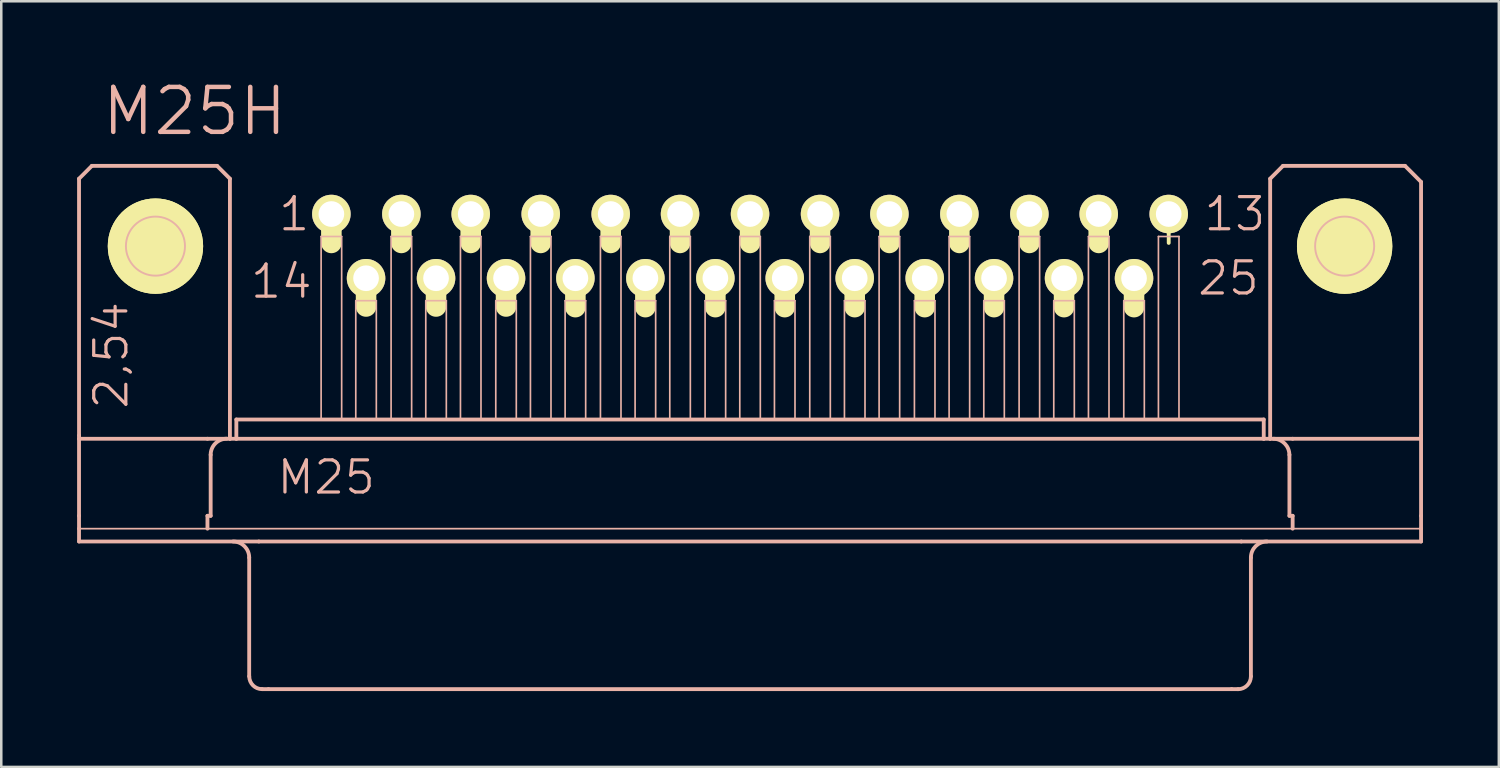
<source format=kicad_pcb>
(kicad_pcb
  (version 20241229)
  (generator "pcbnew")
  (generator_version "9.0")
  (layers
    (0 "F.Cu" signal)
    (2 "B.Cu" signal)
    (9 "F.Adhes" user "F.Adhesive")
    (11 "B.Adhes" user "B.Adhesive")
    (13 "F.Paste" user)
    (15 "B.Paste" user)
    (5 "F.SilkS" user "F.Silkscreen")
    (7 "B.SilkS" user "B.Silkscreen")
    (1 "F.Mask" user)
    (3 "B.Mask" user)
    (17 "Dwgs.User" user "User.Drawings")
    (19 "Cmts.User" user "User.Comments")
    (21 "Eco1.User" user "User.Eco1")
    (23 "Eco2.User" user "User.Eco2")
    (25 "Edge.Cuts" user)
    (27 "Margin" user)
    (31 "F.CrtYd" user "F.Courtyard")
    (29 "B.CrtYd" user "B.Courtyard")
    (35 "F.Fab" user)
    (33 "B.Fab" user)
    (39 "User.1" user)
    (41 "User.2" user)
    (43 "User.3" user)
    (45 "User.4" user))
  (footprint "M25H"
    (layer "F.Cu")
    (at 26.619 6.686)
    (property "Reference" "M25H" (at -21.971 -5.334 0) (layer "B.SilkS") (effects (font (size 1.778 1.778) (thickness 0.178))))
    (attr exclude_from_pos_files exclude_from_bom)
    (fp_line (start -25.171 0) (end -21.869 0) (stroke (width 0.127) (type solid)) (layer "F.SilkS"))
    (fp_line (start -23.52 1.651) (end -23.52 -1.651) (stroke (width 0.127) (type solid)) (layer "F.SilkS"))
    (fp_line (start -16.561 -1.143) (end -16.561 -0.127) (stroke (width 0.813) (type solid)) (layer "F.SilkS"))
    (fp_line (start -15.189 1.372) (end -15.189 2.388) (stroke (width 0.813) (type solid)) (layer "F.SilkS"))
    (fp_line (start -13.792 -1.143) (end -13.792 -0.127) (stroke (width 0.813) (type solid)) (layer "F.SilkS"))
    (fp_line (start -12.421 1.372) (end -12.421 2.388) (stroke (width 0.813) (type solid)) (layer "F.SilkS"))
    (fp_line (start -11.049 -1.143) (end -11.049 -0.127) (stroke (width 0.813) (type solid)) (layer "F.SilkS"))
    (fp_line (start -9.652 1.372) (end -9.652 2.388) (stroke (width 0.813) (type solid)) (layer "F.SilkS"))
    (fp_line (start -8.28 -1.143) (end -8.28 -0.127) (stroke (width 0.813) (type solid)) (layer "F.SilkS"))
    (fp_line (start -6.909 1.397) (end -6.909 2.413) (stroke (width 0.813) (type solid)) (layer "F.SilkS"))
    (fp_line (start -5.512 -1.143) (end -5.512 -0.127) (stroke (width 0.813) (type solid)) (layer "F.SilkS"))
    (fp_line (start -4.14 1.397) (end -4.14 2.413) (stroke (width 0.813) (type solid)) (layer "F.SilkS"))
    (fp_line (start -2.769 -1.143) (end -2.769 -0.127) (stroke (width 0.813) (type solid)) (layer "F.SilkS"))
    (fp_line (start -1.372 1.397) (end -1.372 2.413) (stroke (width 0.813) (type solid)) (layer "F.SilkS"))
    (fp_line (start 0 -1.143) (end 0 -0.127) (stroke (width 0.813) (type solid)) (layer "F.SilkS"))
    (fp_line (start 1.372 1.397) (end 1.372 2.413) (stroke (width 0.813) (type solid)) (layer "F.SilkS"))
    (fp_line (start 2.769 -1.143) (end 2.769 -0.127) (stroke (width 0.813) (type solid)) (layer "F.SilkS"))
    (fp_line (start 4.14 1.397) (end 4.14 2.413) (stroke (width 0.813) (type solid)) (layer "F.SilkS"))
    (fp_line (start 5.512 -1.143) (end 5.512 -0.127) (stroke (width 0.813) (type solid)) (layer "F.SilkS"))
    (fp_line (start 6.909 1.397) (end 6.909 2.413) (stroke (width 0.813) (type solid)) (layer "F.SilkS"))
    (fp_line (start 8.28 -1.143) (end 8.28 -0.127) (stroke (width 0.813) (type solid)) (layer "F.SilkS"))
    (fp_line (start 9.652 1.397) (end 9.652 2.413) (stroke (width 0.813) (type solid)) (layer "F.SilkS"))
    (fp_line (start 11.049 -1.143) (end 11.049 -0.127) (stroke (width 0.813) (type solid)) (layer "F.SilkS"))
    (fp_line (start 12.421 1.397) (end 12.421 2.413) (stroke (width 0.813) (type solid)) (layer "F.SilkS"))
    (fp_line (start 13.792 -1.143) (end 13.792 -0.127) (stroke (width 0.813) (type solid)) (layer "F.SilkS"))
    (fp_line (start 15.189 1.397) (end 15.189 2.413) (stroke (width 0.813) (type solid)) (layer "F.SilkS"))
    (fp_line (start 16.561 -1.143) (end 16.561 -0.127) (stroke (width 0.152) (type solid)) (layer "F.SilkS"))
    (fp_line (start 21.869 0) (end 25.171 0) (stroke (width 0.127) (type solid)) (layer "F.SilkS"))
    (fp_line (start 23.52 1.651) (end 23.52 -1.651) (stroke (width 0.127) (type solid)) (layer "F.SilkS"))
    (fp_circle (center -23.52 0) (end -24.854 1.333) (stroke (width 0) (type solid)) (fill yes) (layer "F.SilkS"))
    (fp_circle (center -23.52 0) (end -24.854 1.333) (stroke (width 0) (type solid)) (fill yes) (layer "F.SilkS"))
    (fp_circle (center -23.52 0) (end -24.346 0.826) (stroke (width 0.127) (type solid)) (fill no) (layer "F.SilkS"))
    (fp_circle (center 23.52 0) (end 24.346 0.826) (stroke (width 0.127) (type solid)) (fill no) (layer "F.SilkS"))
    (fp_circle (center 23.52 0) (end 24.854 1.333) (stroke (width 0) (type solid)) (fill yes) (layer "F.SilkS"))
    (fp_circle (center 23.52 0) (end 24.854 1.333) (stroke (width 0) (type solid)) (fill yes) (layer "F.SilkS"))
    (fp_line (start -26.543 -2.667) (end -26.543 7.493) (stroke (width 0.152) (type solid)) (layer "B.SilkS"))
    (fp_line (start -26.543 7.62) (end -26.543 7.493) (stroke (width 0.152) (type solid)) (layer "B.SilkS"))
    (fp_line (start -26.543 10.668) (end -26.543 7.62) (stroke (width 0.152) (type solid)) (layer "B.SilkS"))
    (fp_line (start -26.543 11.176) (end -26.543 10.668) (stroke (width 0.152) (type solid)) (layer "B.SilkS"))
    (fp_line (start -26.543 11.176) (end 26.543 11.176) (stroke (width 0.066) (type solid)) (layer "B.SilkS"))
    (fp_line (start -26.543 11.684) (end -26.543 11.176) (stroke (width 0.066) (type solid)) (layer "B.SilkS"))
    (fp_line (start -26.543 11.684) (end -26.543 11.176) (stroke (width 0.152) (type solid)) (layer "B.SilkS"))
    (fp_line (start -26.543 11.684) (end 26.543 11.684) (stroke (width 0.066) (type solid)) (layer "B.SilkS"))
    (fp_line (start -26.035 -3.175) (end -26.543 -2.667) (stroke (width 0.152) (type solid)) (layer "B.SilkS"))
    (fp_line (start -21.463 7.62) (end -26.543 7.62) (stroke (width 0.152) (type solid)) (layer "B.SilkS"))
    (fp_line (start -21.463 10.668) (end -21.463 11.176) (stroke (width 0.152) (type solid)) (layer "B.SilkS"))
    (fp_line (start -21.336 8.255) (end -21.336 10.668) (stroke (width 0.152) (type solid)) (layer "B.SilkS"))
    (fp_line (start -21.336 10.668) (end -21.463 10.668) (stroke (width 0.152) (type solid)) (layer "B.SilkS"))
    (fp_line (start -21.082 -3.175) (end -26.035 -3.175) (stroke (width 0.152) (type solid)) (layer "B.SilkS"))
    (fp_line (start -20.574 -2.667) (end -21.082 -3.175) (stroke (width 0.152) (type solid)) (layer "B.SilkS"))
    (fp_line (start -20.574 -2.667) (end -20.574 7.62) (stroke (width 0.152) (type solid)) (layer "B.SilkS"))
    (fp_line (start -20.574 7.62) (end -21.463 7.62) (stroke (width 0.152) (type solid)) (layer "B.SilkS"))
    (fp_line (start -20.32 6.858) (end 20.32 6.858) (stroke (width 0.066) (type solid)) (layer "B.SilkS"))
    (fp_line (start -20.32 7.62) (end -20.574 7.62) (stroke (width 0.152) (type solid)) (layer "B.SilkS"))
    (fp_line (start -20.32 7.62) (end -20.32 6.858) (stroke (width 0.066) (type solid)) (layer "B.SilkS"))
    (fp_line (start -20.32 7.62) (end -20.32 6.858) (stroke (width 0.152) (type solid)) (layer "B.SilkS"))
    (fp_line (start -20.32 7.62) (end 20.32 7.62) (stroke (width 0.066) (type solid)) (layer "B.SilkS"))
    (fp_line (start -19.812 12.319) (end -19.812 17.018) (stroke (width 0.152) (type solid)) (layer "B.SilkS"))
    (fp_line (start -19.431 11.684) (end -26.543 11.684) (stroke (width 0.152) (type solid)) (layer "B.SilkS"))
    (fp_line (start -19.05 17.523) (end -19.304 17.523) (stroke (width 0.152) (type solid)) (layer "B.SilkS"))
    (fp_line (start -16.967 -0.381) (end -16.154 -0.381) (stroke (width 0.066) (type solid)) (layer "B.SilkS"))
    (fp_line (start -16.967 6.858) (end -16.967 -0.381) (stroke (width 0.066) (type solid)) (layer "B.SilkS"))
    (fp_line (start -16.967 6.858) (end -16.154 6.858) (stroke (width 0.066) (type solid)) (layer "B.SilkS"))
    (fp_line (start -16.154 6.858) (end -16.154 -0.381) (stroke (width 0.066) (type solid)) (layer "B.SilkS"))
    (fp_line (start -15.596 2.159) (end -14.783 2.159) (stroke (width 0.066) (type solid)) (layer "B.SilkS"))
    (fp_line (start -15.596 6.858) (end -15.596 2.159) (stroke (width 0.066) (type solid)) (layer "B.SilkS"))
    (fp_line (start -15.596 6.858) (end -14.783 6.858) (stroke (width 0.066) (type solid)) (layer "B.SilkS"))
    (fp_line (start -14.783 6.858) (end -14.783 2.159) (stroke (width 0.066) (type solid)) (layer "B.SilkS"))
    (fp_line (start -14.199 -0.381) (end -13.386 -0.381) (stroke (width 0.066) (type solid)) (layer "B.SilkS"))
    (fp_line (start -14.199 6.858) (end -14.199 -0.381) (stroke (width 0.066) (type solid)) (layer "B.SilkS"))
    (fp_line (start -14.199 6.858) (end -13.386 6.858) (stroke (width 0.066) (type solid)) (layer "B.SilkS"))
    (fp_line (start -13.386 6.858) (end -13.386 -0.381) (stroke (width 0.066) (type solid)) (layer "B.SilkS"))
    (fp_line (start -12.827 2.159) (end -12.014 2.159) (stroke (width 0.066) (type solid)) (layer "B.SilkS"))
    (fp_line (start -12.827 6.858) (end -12.827 2.159) (stroke (width 0.066) (type solid)) (layer "B.SilkS"))
    (fp_line (start -12.827 6.858) (end -12.014 6.858) (stroke (width 0.066) (type solid)) (layer "B.SilkS"))
    (fp_line (start -12.014 6.858) (end -12.014 2.159) (stroke (width 0.066) (type solid)) (layer "B.SilkS"))
    (fp_line (start -11.455 -0.381) (end -10.643 -0.381) (stroke (width 0.066) (type solid)) (layer "B.SilkS"))
    (fp_line (start -11.455 6.858) (end -11.455 -0.381) (stroke (width 0.066) (type solid)) (layer "B.SilkS"))
    (fp_line (start -11.455 6.858) (end -10.643 6.858) (stroke (width 0.066) (type solid)) (layer "B.SilkS"))
    (fp_line (start -10.643 6.858) (end -10.643 -0.381) (stroke (width 0.066) (type solid)) (layer "B.SilkS"))
    (fp_line (start -10.058 2.159) (end -9.246 2.159) (stroke (width 0.066) (type solid)) (layer "B.SilkS"))
    (fp_line (start -10.058 6.858) (end -10.058 2.159) (stroke (width 0.066) (type solid)) (layer "B.SilkS"))
    (fp_line (start -10.058 6.858) (end -9.246 6.858) (stroke (width 0.066) (type solid)) (layer "B.SilkS"))
    (fp_line (start -9.246 6.858) (end -9.246 2.159) (stroke (width 0.066) (type solid)) (layer "B.SilkS"))
    (fp_line (start -8.687 -0.381) (end -7.874 -0.381) (stroke (width 0.066) (type solid)) (layer "B.SilkS"))
    (fp_line (start -8.687 6.858) (end -8.687 -0.381) (stroke (width 0.066) (type solid)) (layer "B.SilkS"))
    (fp_line (start -8.687 6.858) (end -7.874 6.858) (stroke (width 0.066) (type solid)) (layer "B.SilkS"))
    (fp_line (start -7.874 6.858) (end -7.874 -0.381) (stroke (width 0.066) (type solid)) (layer "B.SilkS"))
    (fp_line (start -7.315 2.159) (end -6.502 2.159) (stroke (width 0.066) (type solid)) (layer "B.SilkS"))
    (fp_line (start -7.315 6.858) (end -7.315 2.159) (stroke (width 0.066) (type solid)) (layer "B.SilkS"))
    (fp_line (start -7.315 6.858) (end -6.502 6.858) (stroke (width 0.066) (type solid)) (layer "B.SilkS"))
    (fp_line (start -6.502 6.858) (end -6.502 2.159) (stroke (width 0.066) (type solid)) (layer "B.SilkS"))
    (fp_line (start -5.918 -0.381) (end -5.105 -0.381) (stroke (width 0.066) (type solid)) (layer "B.SilkS"))
    (fp_line (start -5.918 6.858) (end -5.918 -0.381) (stroke (width 0.066) (type solid)) (layer "B.SilkS"))
    (fp_line (start -5.918 6.858) (end -5.105 6.858) (stroke (width 0.066) (type solid)) (layer "B.SilkS"))
    (fp_line (start -5.105 6.858) (end -5.105 -0.381) (stroke (width 0.066) (type solid)) (layer "B.SilkS"))
    (fp_line (start -4.547 2.159) (end -3.734 2.159) (stroke (width 0.066) (type solid)) (layer "B.SilkS"))
    (fp_line (start -4.547 6.858) (end -4.547 2.159) (stroke (width 0.066) (type solid)) (layer "B.SilkS"))
    (fp_line (start -4.547 6.858) (end -3.734 6.858) (stroke (width 0.066) (type solid)) (layer "B.SilkS"))
    (fp_line (start -3.734 6.858) (end -3.734 2.159) (stroke (width 0.066) (type solid)) (layer "B.SilkS"))
    (fp_line (start -3.175 -0.381) (end -2.362 -0.381) (stroke (width 0.066) (type solid)) (layer "B.SilkS"))
    (fp_line (start -3.175 6.858) (end -3.175 -0.381) (stroke (width 0.066) (type solid)) (layer "B.SilkS"))
    (fp_line (start -3.175 6.858) (end -2.362 6.858) (stroke (width 0.066) (type solid)) (layer "B.SilkS"))
    (fp_line (start -2.362 6.858) (end -2.362 -0.381) (stroke (width 0.066) (type solid)) (layer "B.SilkS"))
    (fp_line (start -1.778 2.159) (end -0.965 2.159) (stroke (width 0.066) (type solid)) (layer "B.SilkS"))
    (fp_line (start -1.778 6.858) (end -1.778 2.159) (stroke (width 0.066) (type solid)) (layer "B.SilkS"))
    (fp_line (start -1.778 6.858) (end -0.965 6.858) (stroke (width 0.066) (type solid)) (layer "B.SilkS"))
    (fp_line (start -0.965 6.858) (end -0.965 2.159) (stroke (width 0.066) (type solid)) (layer "B.SilkS"))
    (fp_line (start -0.406 -0.381) (end 0.406 -0.381) (stroke (width 0.066) (type solid)) (layer "B.SilkS"))
    (fp_line (start -0.406 6.858) (end -0.406 -0.381) (stroke (width 0.066) (type solid)) (layer "B.SilkS"))
    (fp_line (start -0.406 6.858) (end 0.406 6.858) (stroke (width 0.066) (type solid)) (layer "B.SilkS"))
    (fp_line (start 0.406 6.858) (end 0.406 -0.381) (stroke (width 0.066) (type solid)) (layer "B.SilkS"))
    (fp_line (start 0.965 2.159) (end 1.778 2.159) (stroke (width 0.066) (type solid)) (layer "B.SilkS"))
    (fp_line (start 0.965 6.858) (end 0.965 2.159) (stroke (width 0.066) (type solid)) (layer "B.SilkS"))
    (fp_line (start 0.965 6.858) (end 1.778 6.858) (stroke (width 0.066) (type solid)) (layer "B.SilkS"))
    (fp_line (start 1.778 6.858) (end 1.778 2.159) (stroke (width 0.066) (type solid)) (layer "B.SilkS"))
    (fp_line (start 2.362 -0.381) (end 3.175 -0.381) (stroke (width 0.066) (type solid)) (layer "B.SilkS"))
    (fp_line (start 2.362 6.858) (end 2.362 -0.381) (stroke (width 0.066) (type solid)) (layer "B.SilkS"))
    (fp_line (start 2.362 6.858) (end 3.175 6.858) (stroke (width 0.066) (type solid)) (layer "B.SilkS"))
    (fp_line (start 3.175 6.858) (end 3.175 -0.381) (stroke (width 0.066) (type solid)) (layer "B.SilkS"))
    (fp_line (start 3.734 2.159) (end 4.547 2.159) (stroke (width 0.066) (type solid)) (layer "B.SilkS"))
    (fp_line (start 3.734 6.858) (end 3.734 2.159) (stroke (width 0.066) (type solid)) (layer "B.SilkS"))
    (fp_line (start 3.734 6.858) (end 4.547 6.858) (stroke (width 0.066) (type solid)) (layer "B.SilkS"))
    (fp_line (start 4.547 6.858) (end 4.547 2.159) (stroke (width 0.066) (type solid)) (layer "B.SilkS"))
    (fp_line (start 5.105 -0.381) (end 5.918 -0.381) (stroke (width 0.066) (type solid)) (layer "B.SilkS"))
    (fp_line (start 5.105 6.858) (end 5.105 -0.381) (stroke (width 0.066) (type solid)) (layer "B.SilkS"))
    (fp_line (start 5.105 6.858) (end 5.918 6.858) (stroke (width 0.066) (type solid)) (layer "B.SilkS"))
    (fp_line (start 5.918 6.858) (end 5.918 -0.381) (stroke (width 0.066) (type solid)) (layer "B.SilkS"))
    (fp_line (start 6.502 2.159) (end 7.315 2.159) (stroke (width 0.066) (type solid)) (layer "B.SilkS"))
    (fp_line (start 6.502 6.858) (end 6.502 2.159) (stroke (width 0.066) (type solid)) (layer "B.SilkS"))
    (fp_line (start 6.502 6.858) (end 7.315 6.858) (stroke (width 0.066) (type solid)) (layer "B.SilkS"))
    (fp_line (start 7.315 6.858) (end 7.315 2.159) (stroke (width 0.066) (type solid)) (layer "B.SilkS"))
    (fp_line (start 7.874 -0.381) (end 8.687 -0.381) (stroke (width 0.066) (type solid)) (layer "B.SilkS"))
    (fp_line (start 7.874 6.858) (end 7.874 -0.381) (stroke (width 0.066) (type solid)) (layer "B.SilkS"))
    (fp_line (start 7.874 6.858) (end 8.687 6.858) (stroke (width 0.066) (type solid)) (layer "B.SilkS"))
    (fp_line (start 8.687 6.858) (end 8.687 -0.381) (stroke (width 0.066) (type solid)) (layer "B.SilkS"))
    (fp_line (start 9.246 2.159) (end 10.058 2.159) (stroke (width 0.066) (type solid)) (layer "B.SilkS"))
    (fp_line (start 9.246 6.858) (end 9.246 2.159) (stroke (width 0.066) (type solid)) (layer "B.SilkS"))
    (fp_line (start 9.246 6.858) (end 10.058 6.858) (stroke (width 0.066) (type solid)) (layer "B.SilkS"))
    (fp_line (start 10.058 6.858) (end 10.058 2.159) (stroke (width 0.066) (type solid)) (layer "B.SilkS"))
    (fp_line (start 10.643 -0.381) (end 11.455 -0.381) (stroke (width 0.066) (type solid)) (layer "B.SilkS"))
    (fp_line (start 10.643 6.858) (end 10.643 -0.381) (stroke (width 0.066) (type solid)) (layer "B.SilkS"))
    (fp_line (start 10.643 6.858) (end 11.455 6.858) (stroke (width 0.066) (type solid)) (layer "B.SilkS"))
    (fp_line (start 11.455 6.858) (end 11.455 -0.381) (stroke (width 0.066) (type solid)) (layer "B.SilkS"))
    (fp_line (start 12.014 2.159) (end 12.827 2.159) (stroke (width 0.066) (type solid)) (layer "B.SilkS"))
    (fp_line (start 12.014 6.858) (end 12.014 2.159) (stroke (width 0.066) (type solid)) (layer "B.SilkS"))
    (fp_line (start 12.014 6.858) (end 12.827 6.858) (stroke (width 0.066) (type solid)) (layer "B.SilkS"))
    (fp_line (start 12.827 6.858) (end 12.827 2.159) (stroke (width 0.066) (type solid)) (layer "B.SilkS"))
    (fp_line (start 13.386 -0.381) (end 14.199 -0.381) (stroke (width 0.066) (type solid)) (layer "B.SilkS"))
    (fp_line (start 13.386 6.858) (end 13.386 -0.381) (stroke (width 0.066) (type solid)) (layer "B.SilkS"))
    (fp_line (start 13.386 6.858) (end 14.199 6.858) (stroke (width 0.066) (type solid)) (layer "B.SilkS"))
    (fp_line (start 14.199 6.858) (end 14.199 -0.381) (stroke (width 0.066) (type solid)) (layer "B.SilkS"))
    (fp_line (start 14.783 2.159) (end 15.596 2.159) (stroke (width 0.066) (type solid)) (layer "B.SilkS"))
    (fp_line (start 14.783 6.858) (end 14.783 2.159) (stroke (width 0.066) (type solid)) (layer "B.SilkS"))
    (fp_line (start 14.783 6.858) (end 15.596 6.858) (stroke (width 0.066) (type solid)) (layer "B.SilkS"))
    (fp_line (start 15.596 6.858) (end 15.596 2.159) (stroke (width 0.066) (type solid)) (layer "B.SilkS"))
    (fp_line (start 16.154 -0.381) (end 16.967 -0.381) (stroke (width 0.066) (type solid)) (layer "B.SilkS"))
    (fp_line (start 16.154 6.858) (end 16.154 -0.381) (stroke (width 0.066) (type solid)) (layer "B.SilkS"))
    (fp_line (start 16.154 6.858) (end 16.967 6.858) (stroke (width 0.066) (type solid)) (layer "B.SilkS"))
    (fp_line (start 16.967 6.858) (end 16.967 -0.381) (stroke (width 0.066) (type solid)) (layer "B.SilkS"))
    (fp_line (start 19.05 17.523) (end -19.05 17.523) (stroke (width 0.152) (type solid)) (layer "B.SilkS"))
    (fp_line (start 19.304 17.523) (end 19.05 17.523) (stroke (width 0.152) (type solid)) (layer "B.SilkS"))
    (fp_line (start 19.431 11.684) (end -19.431 11.684) (stroke (width 0.152) (type solid)) (layer "B.SilkS"))
    (fp_line (start 19.812 12.319) (end 19.812 17.018) (stroke (width 0.152) (type solid)) (layer "B.SilkS"))
    (fp_line (start 20.32 6.858) (end -20.32 6.858) (stroke (width 0.152) (type solid)) (layer "B.SilkS"))
    (fp_line (start 20.32 7.62) (end -20.32 7.62) (stroke (width 0.152) (type solid)) (layer "B.SilkS"))
    (fp_line (start 20.32 7.62) (end 20.32 6.858) (stroke (width 0.066) (type solid)) (layer "B.SilkS"))
    (fp_line (start 20.32 7.62) (end 20.32 6.858) (stroke (width 0.152) (type solid)) (layer "B.SilkS"))
    (fp_line (start 20.574 -2.667) (end 20.574 7.62) (stroke (width 0.152) (type solid)) (layer "B.SilkS"))
    (fp_line (start 20.574 7.62) (end 20.32 7.62) (stroke (width 0.152) (type solid)) (layer "B.SilkS"))
    (fp_line (start 21.082 -3.175) (end 20.574 -2.667) (stroke (width 0.152) (type solid)) (layer "B.SilkS"))
    (fp_line (start 21.082 -3.175) (end 25.908 -3.175) (stroke (width 0.152) (type solid)) (layer "B.SilkS"))
    (fp_line (start 21.336 8.255) (end 21.336 10.668) (stroke (width 0.152) (type solid)) (layer "B.SilkS"))
    (fp_line (start 21.463 7.62) (end 20.574 7.62) (stroke (width 0.152) (type solid)) (layer "B.SilkS"))
    (fp_line (start 21.463 10.668) (end 21.336 10.668) (stroke (width 0.152) (type solid)) (layer "B.SilkS"))
    (fp_line (start 21.463 10.668) (end 21.463 11.176) (stroke (width 0.152) (type solid)) (layer "B.SilkS"))
    (fp_line (start 25.908 -3.175) (end 26.543 -2.54) (stroke (width 0.152) (type solid)) (layer "B.SilkS"))
    (fp_line (start 26.543 -2.54) (end 26.543 7.493) (stroke (width 0.152) (type solid)) (layer "B.SilkS"))
    (fp_line (start 26.543 7.62) (end 21.463 7.62) (stroke (width 0.152) (type solid)) (layer "B.SilkS"))
    (fp_line (start 26.543 7.62) (end 26.543 7.493) (stroke (width 0.152) (type solid)) (layer "B.SilkS"))
    (fp_line (start 26.543 7.62) (end 26.543 10.668) (stroke (width 0.152) (type solid)) (layer "B.SilkS"))
    (fp_line (start 26.543 10.668) (end 26.543 11.176) (stroke (width 0.152) (type solid)) (layer "B.SilkS"))
    (fp_line (start 26.543 11.176) (end 26.543 11.684) (stroke (width 0.152) (type solid)) (layer "B.SilkS"))
    (fp_line (start 26.543 11.684) (end 19.431 11.684) (stroke (width 0.152) (type solid)) (layer "B.SilkS"))
    (fp_line (start 26.543 11.684) (end 26.543 11.176) (stroke (width 0.066) (type solid)) (layer "B.SilkS"))
    (fp_arc (start -21.336 8.255) (mid -21.149269 7.804191) (end -20.69846 7.61746) (stroke (width 0.1524) (type solid)) (layer "B.SilkS"))
    (fp_arc (start -20.447 11.684) (mid -19.997987 11.869987) (end -19.812 12.319) (stroke (width 0.1524) (type solid)) (layer "B.SilkS"))
    (fp_arc (start -19.304 17.52346) (mid -19.661414 17.375414) (end -19.80946 17.018) (stroke (width 0.1524) (type solid)) (layer "B.SilkS"))
    (fp_arc (start 19.812 12.319) (mid 19.997987 11.869987) (end 20.447 11.684) (stroke (width 0.1524) (type solid)) (layer "B.SilkS"))
    (fp_arc (start 19.812 17.018) (mid 19.66321 17.37721) (end 19.304 17.526) (stroke (width 0.1524) (type solid)) (layer "B.SilkS"))
    (fp_arc (start 20.69846 7.62) (mid 21.147473 7.805987) (end 21.33346 8.255) (stroke (width 0.1524) (type solid)) (layer "B.SilkS"))
    (fp_circle (center -23.52 0) (end -24.346 0.826) (stroke (width 0.076) (type solid)) (fill no) (layer "B.SilkS"))
    (fp_circle (center 23.52 0) (end 24.346 0.826) (stroke (width 0.076) (type solid)) (fill no) (layer "B.SilkS"))
    (fp_text user "1" (at -18.034 -1.27 0) (layer "B.SilkS") (effects (font (size 1.27 1.27) (thickness 0.127))))
    (fp_text user "13" (at 19.177 -1.27 0) (layer "B.SilkS") (effects (font (size 1.27 1.27) (thickness 0.127))))
    (fp_text user "2,54" (at -25.273 4.318 90) (layer "B.SilkS") (effects (font (size 1.27 1.27) (thickness 0.127))))
    (fp_text user "M25" (at -16.764 9.144 0) (layer "B.SilkS") (effects (font (size 1.27 1.27) (thickness 0.127))))
    (fp_text user "25" (at 18.923 1.27 0) (layer "B.SilkS") (effects (font (size 1.27 1.27) (thickness 0.127))))
    (fp_text user "14" (at -18.542 1.397 0) (layer "B.SilkS") (effects (font (size 1.27 1.27) (thickness 0.127))))
    (pad "1" thru_hole circle (at -16.561 -1.27) (size 1.524 1.524) (drill 1.016) (layers "*.Cu" "F.Mask" "F.SilkS" "F.Paste"))
    (pad "2" thru_hole circle (at -13.792 -1.27) (size 1.524 1.524) (drill 1.016) (layers "*.Cu" "F.Mask" "F.SilkS" "F.Paste"))
    (pad "3" thru_hole circle (at -11.049 -1.27) (size 1.524 1.524) (drill 1.016) (layers "*.Cu" "F.Mask" "F.SilkS" "F.Paste"))
    (pad "4" thru_hole circle (at -8.28 -1.27) (size 1.524 1.524) (drill 1.016) (layers "*.Cu" "F.Mask" "F.SilkS" "F.Paste"))
    (pad "5" thru_hole circle (at -5.512 -1.27) (size 1.524 1.524) (drill 1.016) (layers "*.Cu" "F.Mask" "F.SilkS" "F.Paste"))
    (pad "6" thru_hole circle (at -2.769 -1.27) (size 1.524 1.524) (drill 1.016) (layers "*.Cu" "F.Mask" "F.SilkS" "F.Paste"))
    (pad "7" thru_hole circle (at 0 -1.27) (size 1.524 1.524) (drill 1.016) (layers "*.Cu" "F.Mask" "F.SilkS" "F.Paste"))
    (pad "8" thru_hole circle (at 2.769 -1.27) (size 1.524 1.524) (drill 1.016) (layers "*.Cu" "F.Mask" "F.SilkS" "F.Paste"))
    (pad "9" thru_hole circle (at 5.512 -1.27) (size 1.524 1.524) (drill 1.016) (layers "*.Cu" "F.Mask" "F.SilkS" "F.Paste"))
    (pad "10" thru_hole circle (at 8.28 -1.27) (size 1.524 1.524) (drill 1.016) (layers "*.Cu" "F.Mask" "F.SilkS" "F.Paste"))
    (pad "11" thru_hole circle (at 11.049 -1.27) (size 1.524 1.524) (drill 1.016) (layers "*.Cu" "F.Mask" "F.SilkS" "F.Paste"))
    (pad "12" thru_hole circle (at 13.792 -1.27) (size 1.524 1.524) (drill 1.016) (layers "*.Cu" "F.Mask" "F.SilkS" "F.Paste"))
    (pad "13" thru_hole circle (at 16.561 -1.27) (size 1.524 1.524) (drill 1.016) (layers "*.Cu" "F.Mask" "F.SilkS" "F.Paste"))
    (pad "14" thru_hole circle (at -15.189 1.27) (size 1.524 1.524) (drill 1.016) (layers "*.Cu" "F.Mask" "F.SilkS" "F.Paste"))
    (pad "15" thru_hole circle (at -12.421 1.27) (size 1.524 1.524) (drill 1.016) (layers "*.Cu" "F.Mask" "F.SilkS" "F.Paste"))
    (pad "16" thru_hole circle (at -9.652 1.27) (size 1.524 1.524) (drill 1.016) (layers "*.Cu" "F.Mask" "F.SilkS" "F.Paste"))
    (pad "17" thru_hole circle (at -6.909 1.27) (size 1.524 1.524) (drill 1.016) (layers "*.Cu" "F.Mask" "F.SilkS" "F.Paste"))
    (pad "18" thru_hole circle (at -4.14 1.27) (size 1.524 1.524) (drill 1.016) (layers "*.Cu" "F.Mask" "F.SilkS" "F.Paste"))
    (pad "19" thru_hole circle (at -1.372 1.27) (size 1.524 1.524) (drill 1.016) (layers "*.Cu" "F.Mask" "F.SilkS" "F.Paste"))
    (pad "20" thru_hole circle (at 1.372 1.27) (size 1.524 1.524) (drill 1.016) (layers "*.Cu" "F.Mask" "F.SilkS" "F.Paste"))
    (pad "21" thru_hole circle (at 4.14 1.27) (size 1.524 1.524) (drill 1.016) (layers "*.Cu" "F.Mask" "F.SilkS" "F.Paste"))
    (pad "22" thru_hole circle (at 6.909 1.27) (size 1.524 1.524) (drill 1.016) (layers "*.Cu" "F.Mask" "F.SilkS" "F.Paste"))
    (pad "23" thru_hole circle (at 9.652 1.27) (size 1.524 1.524) (drill 1.016) (layers "*.Cu" "F.Mask" "F.SilkS" "F.Paste"))
    (pad "24" thru_hole circle (at 12.421 1.27) (size 1.524 1.524) (drill 1.016) (layers "*.Cu" "F.Mask" "F.SilkS" "F.Paste"))
    (pad "25" thru_hole circle (at 15.189 1.27) (size 1.524 1.524) (drill 1.016) (layers "*.Cu" "F.Mask" "F.SilkS" "F.Paste")))
  (gr_rect
    (start -3 -3)
    (end 56.238 27.288)
    (stroke (width 0.1) (type default))
    (fill no)
    (layer "Edge.Cuts")))
</source>
